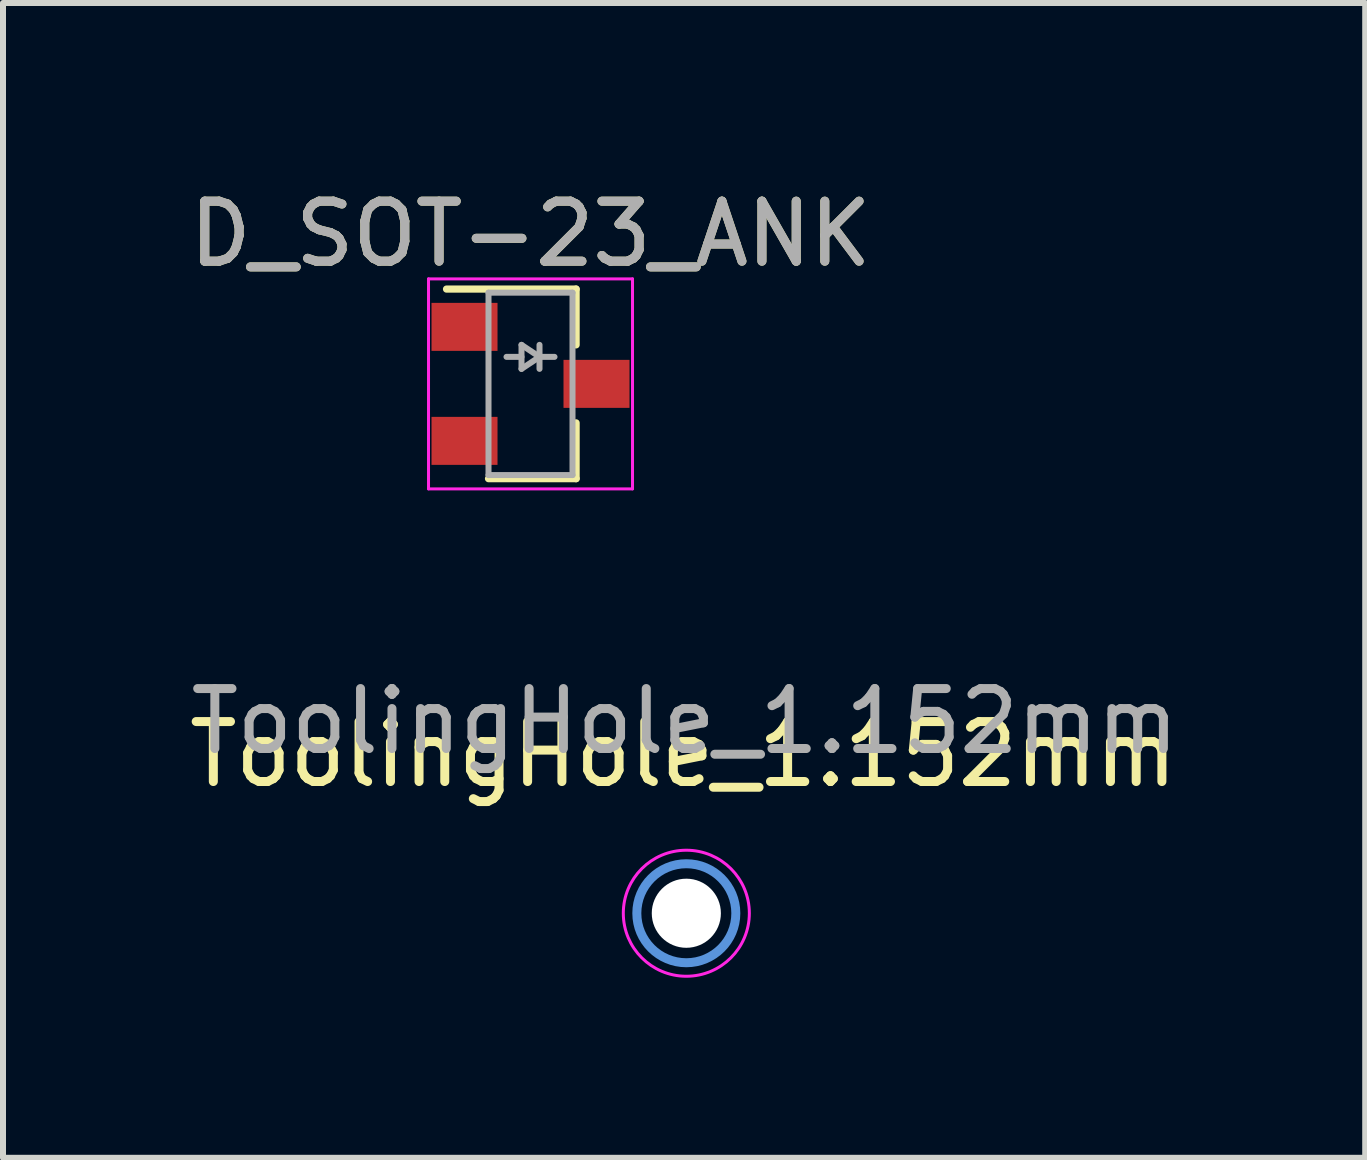
<source format=kicad_pcb>
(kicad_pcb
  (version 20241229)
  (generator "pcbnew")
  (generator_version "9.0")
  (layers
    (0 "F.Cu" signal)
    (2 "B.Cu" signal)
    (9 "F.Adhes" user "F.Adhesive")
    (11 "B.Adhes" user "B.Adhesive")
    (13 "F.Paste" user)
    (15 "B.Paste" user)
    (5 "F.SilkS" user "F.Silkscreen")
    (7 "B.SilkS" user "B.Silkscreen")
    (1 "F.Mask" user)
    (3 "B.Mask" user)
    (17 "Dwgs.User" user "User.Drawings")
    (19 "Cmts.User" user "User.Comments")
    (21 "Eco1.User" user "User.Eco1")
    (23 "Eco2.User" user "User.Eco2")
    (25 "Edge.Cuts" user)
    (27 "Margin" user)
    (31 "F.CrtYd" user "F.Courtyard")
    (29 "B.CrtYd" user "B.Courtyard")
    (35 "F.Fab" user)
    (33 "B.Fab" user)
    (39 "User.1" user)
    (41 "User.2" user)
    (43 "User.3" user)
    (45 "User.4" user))
  (footprint "D_SOT-23_ANK"
    (layer "F.Cu")
    (at 5.792 3.348)
    (property "Reference" "D_SOT-23_ANK" (at 0 -2.5 0) (layer "F.SilkS") (effects (font (size 1 1) (thickness 0.15))))
    (attr smd)
    (fp_line (start 0.76 -1.58) (end -1.4 -1.58) (stroke (width 0.12) (type solid)) (layer "F.SilkS"))
    (fp_line (start 0.76 -1.58) (end 0.76 -0.65) (stroke (width 0.12) (type solid)) (layer "F.SilkS"))
    (fp_line (start 0.76 1.58) (end -0.7 1.58) (stroke (width 0.12) (type solid)) (layer "F.SilkS"))
    (fp_line (start 0.76 1.58) (end 0.76 0.65) (stroke (width 0.12) (type solid)) (layer "F.SilkS"))
    (fp_line (start -1.7 -1.75) (end 1.7 -1.75) (stroke (width 0.05) (type solid)) (layer "F.CrtYd"))
    (fp_line (start -1.7 1.75) (end -1.7 -1.75) (stroke (width 0.05) (type solid)) (layer "F.CrtYd"))
    (fp_line (start 1.7 -1.75) (end 1.7 1.75) (stroke (width 0.05) (type solid)) (layer "F.CrtYd"))
    (fp_line (start 1.7 1.75) (end -1.7 1.75) (stroke (width 0.05) (type solid)) (layer "F.CrtYd"))
    (fp_line (start -0.7 -1.52) (end -0.7 1.52) (stroke (width 0.1) (type solid)) (layer "F.Fab"))
    (fp_line (start -0.7 -1.52) (end 0.7 -1.52) (stroke (width 0.1) (type solid)) (layer "F.Fab"))
    (fp_line (start -0.7 1.52) (end 0.7 1.52) (stroke (width 0.1) (type solid)) (layer "F.Fab"))
    (fp_line (start -0.15 -0.65) (end -0.15 -0.25) (stroke (width 0.1) (type solid)) (layer "F.Fab"))
    (fp_line (start -0.15 -0.45) (end -0.4 -0.45) (stroke (width 0.1) (type solid)) (layer "F.Fab"))
    (fp_line (start -0.15 -0.25) (end 0.15 -0.45) (stroke (width 0.1) (type solid)) (layer "F.Fab"))
    (fp_line (start 0.15 -0.65) (end 0.15 -0.25) (stroke (width 0.1) (type solid)) (layer "F.Fab"))
    (fp_line (start 0.15 -0.45) (end -0.15 -0.65) (stroke (width 0.1) (type solid)) (layer "F.Fab"))
    (fp_line (start 0.15 -0.45) (end 0.4 -0.45) (stroke (width 0.1) (type solid)) (layer "F.Fab"))
    (fp_line (start 0.7 -1.52) (end 0.7 1.52) (stroke (width 0.1) (type solid)) (layer "F.Fab"))
    (fp_text user "${REFERENCE}" (at 0 -2.5 0) (layer "F.Fab") (effects (font (size 1 1) (thickness 0.15))))
    (pad "" smd rect (at -1.1 0.95) (size 1.1 0.8) (layers "F.Cu" "F.Mask" "F.Paste"))
    (pad "1" smd rect (at 1.1 0) (size 1.1 0.8) (layers "F.Cu" "F.Mask" "F.Paste"))
    (pad "2" smd rect (at -1.1 -0.95) (size 1.1 0.8) (layers "F.Cu" "F.Mask" "F.Paste")))
  (footprint "ToolingHole_1.152mm"
    (layer "F.Cu")
    (at 8.389 12.171)
    (property "Reference" "ToolingHole_1.152mm" (at -0.05 -2.65 0) (layer "F.SilkS") (effects (font (size 1 1) (thickness 0.15))))
    (attr exclude_from_pos_files exclude_from_bom)
    (fp_circle (center 0 0) (end 0.825 0) (stroke (width 0.15) (type solid)) (fill no) (layer "Cmts.User"))
    (fp_circle (center 0 0) (end 1.05 0.025) (stroke (width 0.05) (type solid)) (fill no) (layer "F.CrtYd"))
    (fp_text user "${REFERENCE}" (at -0.025 -3.2 0) (layer "F.Fab") (effects (font (size 1 1) (thickness 0.15))))
    (pad "" np_thru_hole circle (at 0 0) (size 1.152 1.152) (drill 1.152) (layers "*.Cu" "*.Mask")))
  (gr_rect
    (start -3 -3)
    (end 19.704 16.247)
    (stroke (width 0.1) (type default))
    (fill no)
    (layer "Edge.Cuts")))
</source>
